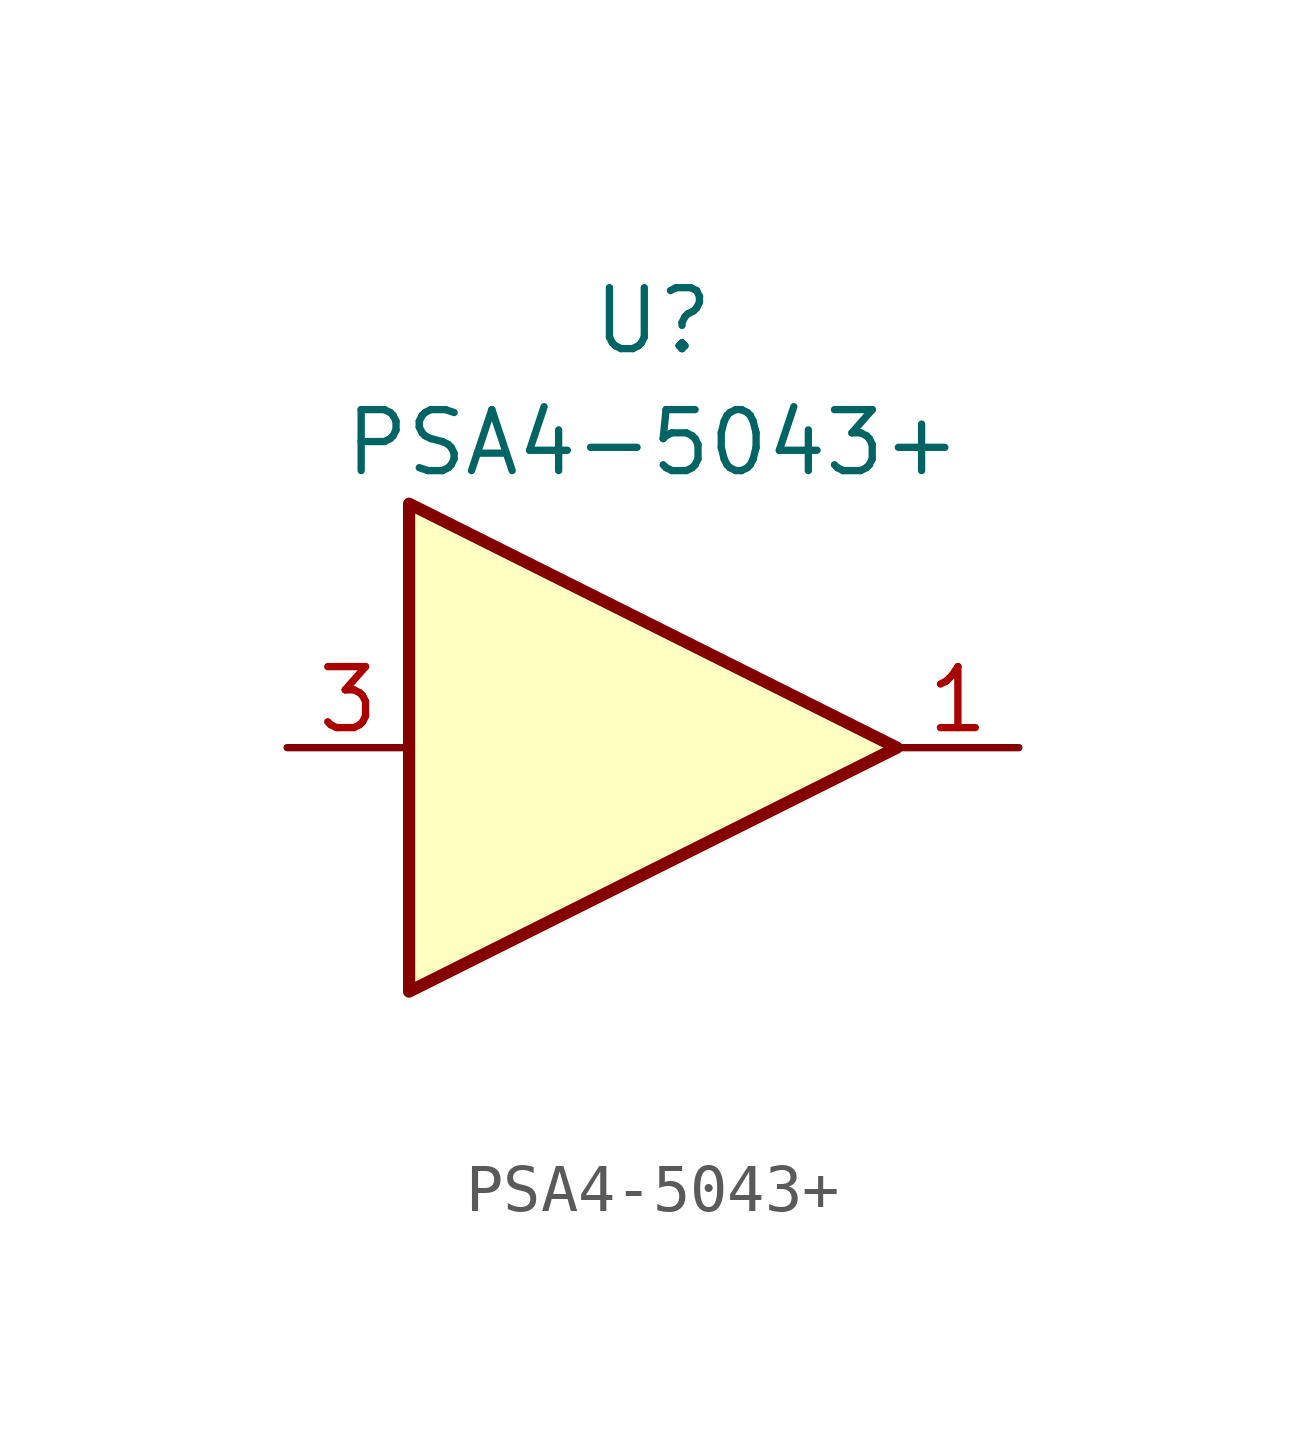
<source format=kicad_sym>
(kicad_symbol_lib
  (version 20211014)
  (generator kicad_symbol_editor)
  (symbol "PSA4-5043+"
    (pin_names
      (offset 1.016) hide)
    (property "Reference" "U"
      (at 0 8.89 0)
      (effects (font (size 1.27 1.27))))
    (property "Value" "PSA4-5043+"
      (at 0 6.35 0)
      (effects (font (size 1.27 1.27))))
    (symbol "PSA4-5043+_1_1"
      (polyline (pts (xy -5.08 5.08) (xy 5.08 0) (xy -5.08 -5.08) (xy -5.08 5.08)) (stroke (width 0.254) (type default) (color 0 0 0 0)) (fill (type background)))
      (pin output line (at 7.62 0 180) (length 2.54) (name "RF_OUT" (effects (font (size 1.27 1.27)))) (number "1" (effects (font (size 1.27 1.27)))))
      (pin power_in line (at 0 -6.35 90) (length 3.81) hide (name "GND" (effects (font (size 1.27 1.27)))) (number "2" (effects (font (size 1.27 1.27)))))
      (pin input line (at -7.62 0 0) (length 2.54) (name "RF_IN" (effects (font (size 1.27 1.27)))) (number "3" (effects (font (size 1.27 1.27)))))
      (pin power_in line (at 0 -6.35 90) (length 3.81) hide (name "GND" (effects (font (size 1.27 1.27)))) (number "4" (effects (font (size 1.27 1.27))))))))
</source>
